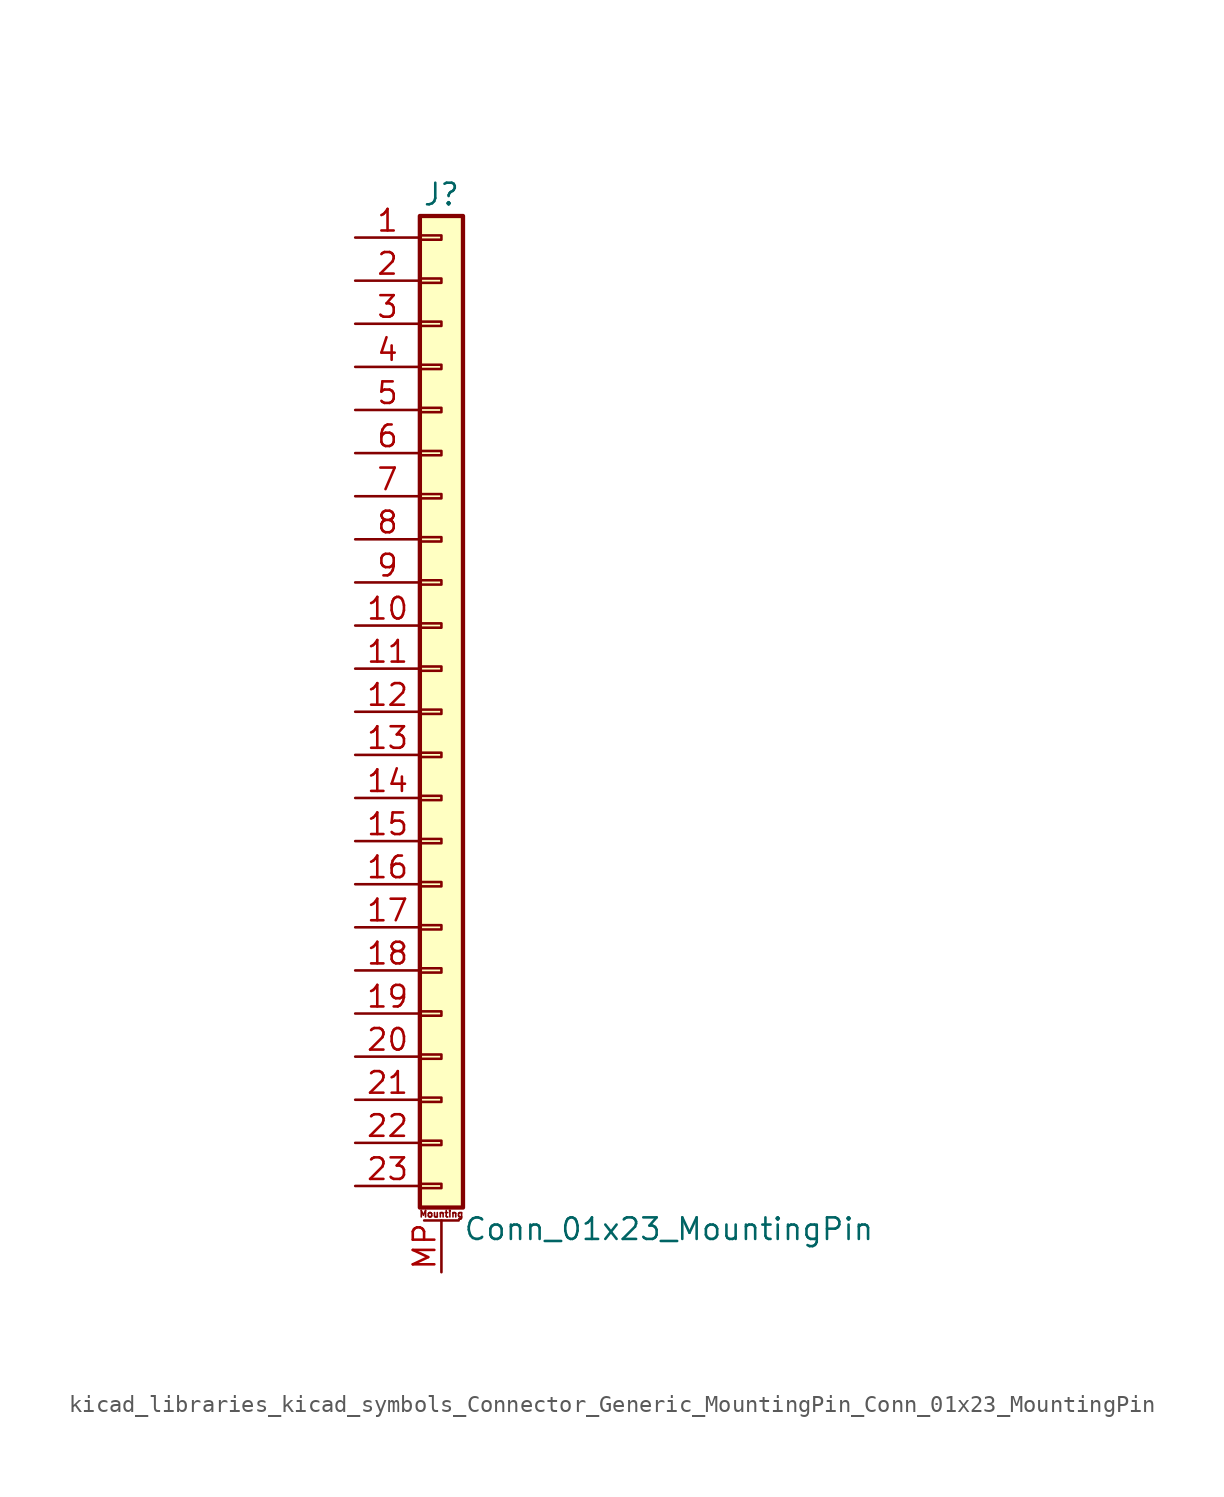
<source format=kicad_sym>
(kicad_symbol_lib
  (version 20220914)
  (generator kicad_symbol_editor)
  (symbol "kicad_libraries_kicad_symbols_Connector_Generic_MountingPin_Conn_01x23_MountingPin"
    (pin_names
      (offset 1.016) hide)
    (property "Reference" "J"
      (at 0 30.48 0)
      (effects (font (size 1.27 1.27))))
    (property "Value" "Conn_01x23_MountingPin"
      (at 1.27 -30.48 0)
      (effects (font (size 1.27 1.27)) (justify left)))
    (symbol "kicad_libraries_kicad_symbols_Connector_Generic_MountingPin_Conn_01x23_MountingPin_1_1"
      (rectangle (start -1.27 -27.813) (end 0 -28.067) (stroke (width 0.152) (type default)) (fill (type none)))
      (rectangle (start -1.27 -25.273) (end 0 -25.527) (stroke (width 0.152) (type default)) (fill (type none)))
      (rectangle (start -1.27 -22.733) (end 0 -22.987) (stroke (width 0.152) (type default)) (fill (type none)))
      (rectangle (start -1.27 -20.193) (end 0 -20.447) (stroke (width 0.152) (type default)) (fill (type none)))
      (rectangle (start -1.27 -17.653) (end 0 -17.907) (stroke (width 0.152) (type default)) (fill (type none)))
      (rectangle (start -1.27 -15.113) (end 0 -15.367) (stroke (width 0.152) (type default)) (fill (type none)))
      (rectangle (start -1.27 -12.573) (end 0 -12.827) (stroke (width 0.152) (type default)) (fill (type none)))
      (rectangle (start -1.27 -10.033) (end 0 -10.287) (stroke (width 0.152) (type default)) (fill (type none)))
      (rectangle (start -1.27 -7.493) (end 0 -7.747) (stroke (width 0.152) (type default)) (fill (type none)))
      (rectangle (start -1.27 -4.953) (end 0 -5.207) (stroke (width 0.152) (type default)) (fill (type none)))
      (rectangle (start -1.27 -2.413) (end 0 -2.667) (stroke (width 0.152) (type default)) (fill (type none)))
      (rectangle (start -1.27 0.127) (end 0 -0.127) (stroke (width 0.152) (type default)) (fill (type none)))
      (rectangle (start -1.27 2.667) (end 0 2.413) (stroke (width 0.152) (type default)) (fill (type none)))
      (rectangle (start -1.27 5.207) (end 0 4.953) (stroke (width 0.152) (type default)) (fill (type none)))
      (rectangle (start -1.27 7.747) (end 0 7.493) (stroke (width 0.152) (type default)) (fill (type none)))
      (rectangle (start -1.27 10.287) (end 0 10.033) (stroke (width 0.152) (type default)) (fill (type none)))
      (rectangle (start -1.27 12.827) (end 0 12.573) (stroke (width 0.152) (type default)) (fill (type none)))
      (rectangle (start -1.27 15.367) (end 0 15.113) (stroke (width 0.152) (type default)) (fill (type none)))
      (rectangle (start -1.27 17.907) (end 0 17.653) (stroke (width 0.152) (type default)) (fill (type none)))
      (rectangle (start -1.27 20.447) (end 0 20.193) (stroke (width 0.152) (type default)) (fill (type none)))
      (rectangle (start -1.27 22.987) (end 0 22.733) (stroke (width 0.152) (type default)) (fill (type none)))
      (rectangle (start -1.27 25.527) (end 0 25.273) (stroke (width 0.152) (type default)) (fill (type none)))
      (rectangle (start -1.27 28.067) (end 0 27.813) (stroke (width 0.152) (type default)) (fill (type none)))
      (rectangle (start -1.27 29.21) (end 1.27 -29.21) (stroke (width 0.254) (type default)) (fill (type background)))
      (polyline (pts (xy -1.016 -29.972) (xy 1.016 -29.972)) (stroke (width 0.152) (type default)) (fill (type none)))
      (text "Mounting" (at 0 -29.591 0) (effects (font (size 0.381 0.381))))
      (pin passive line (at -5.08 27.94 0) (length 3.81) (name "Pin_1" (effects (font (size 1.27 1.27)))) (number "1" (effects (font (size 1.27 1.27)))))
      (pin passive line (at -5.08 5.08 0) (length 3.81) (name "Pin_10" (effects (font (size 1.27 1.27)))) (number "10" (effects (font (size 1.27 1.27)))))
      (pin passive line (at -5.08 2.54 0) (length 3.81) (name "Pin_11" (effects (font (size 1.27 1.27)))) (number "11" (effects (font (size 1.27 1.27)))))
      (pin passive line (at -5.08 0 0) (length 3.81) (name "Pin_12" (effects (font (size 1.27 1.27)))) (number "12" (effects (font (size 1.27 1.27)))))
      (pin passive line (at -5.08 -2.54 0) (length 3.81) (name "Pin_13" (effects (font (size 1.27 1.27)))) (number "13" (effects (font (size 1.27 1.27)))))
      (pin passive line (at -5.08 -5.08 0) (length 3.81) (name "Pin_14" (effects (font (size 1.27 1.27)))) (number "14" (effects (font (size 1.27 1.27)))))
      (pin passive line (at -5.08 -7.62 0) (length 3.81) (name "Pin_15" (effects (font (size 1.27 1.27)))) (number "15" (effects (font (size 1.27 1.27)))))
      (pin passive line (at -5.08 -10.16 0) (length 3.81) (name "Pin_16" (effects (font (size 1.27 1.27)))) (number "16" (effects (font (size 1.27 1.27)))))
      (pin passive line (at -5.08 -12.7 0) (length 3.81) (name "Pin_17" (effects (font (size 1.27 1.27)))) (number "17" (effects (font (size 1.27 1.27)))))
      (pin passive line (at -5.08 -15.24 0) (length 3.81) (name "Pin_18" (effects (font (size 1.27 1.27)))) (number "18" (effects (font (size 1.27 1.27)))))
      (pin passive line (at -5.08 -17.78 0) (length 3.81) (name "Pin_19" (effects (font (size 1.27 1.27)))) (number "19" (effects (font (size 1.27 1.27)))))
      (pin passive line (at -5.08 25.4 0) (length 3.81) (name "Pin_2" (effects (font (size 1.27 1.27)))) (number "2" (effects (font (size 1.27 1.27)))))
      (pin passive line (at -5.08 -20.32 0) (length 3.81) (name "Pin_20" (effects (font (size 1.27 1.27)))) (number "20" (effects (font (size 1.27 1.27)))))
      (pin passive line (at -5.08 -22.86 0) (length 3.81) (name "Pin_21" (effects (font (size 1.27 1.27)))) (number "21" (effects (font (size 1.27 1.27)))))
      (pin passive line (at -5.08 -25.4 0) (length 3.81) (name "Pin_22" (effects (font (size 1.27 1.27)))) (number "22" (effects (font (size 1.27 1.27)))))
      (pin passive line (at -5.08 -27.94 0) (length 3.81) (name "Pin_23" (effects (font (size 1.27 1.27)))) (number "23" (effects (font (size 1.27 1.27)))))
      (pin passive line (at -5.08 22.86 0) (length 3.81) (name "Pin_3" (effects (font (size 1.27 1.27)))) (number "3" (effects (font (size 1.27 1.27)))))
      (pin passive line (at -5.08 20.32 0) (length 3.81) (name "Pin_4" (effects (font (size 1.27 1.27)))) (number "4" (effects (font (size 1.27 1.27)))))
      (pin passive line (at -5.08 17.78 0) (length 3.81) (name "Pin_5" (effects (font (size 1.27 1.27)))) (number "5" (effects (font (size 1.27 1.27)))))
      (pin passive line (at -5.08 15.24 0) (length 3.81) (name "Pin_6" (effects (font (size 1.27 1.27)))) (number "6" (effects (font (size 1.27 1.27)))))
      (pin passive line (at -5.08 12.7 0) (length 3.81) (name "Pin_7" (effects (font (size 1.27 1.27)))) (number "7" (effects (font (size 1.27 1.27)))))
      (pin passive line (at -5.08 10.16 0) (length 3.81) (name "Pin_8" (effects (font (size 1.27 1.27)))) (number "8" (effects (font (size 1.27 1.27)))))
      (pin passive line (at -5.08 7.62 0) (length 3.81) (name "Pin_9" (effects (font (size 1.27 1.27)))) (number "9" (effects (font (size 1.27 1.27)))))
      (pin passive line (at 0 -33.02 90) (length 3.048) (name "MountPin" (effects (font (size 1.27 1.27)))) (number "MP" (effects (font (size 1.27 1.27))))))))
</source>
